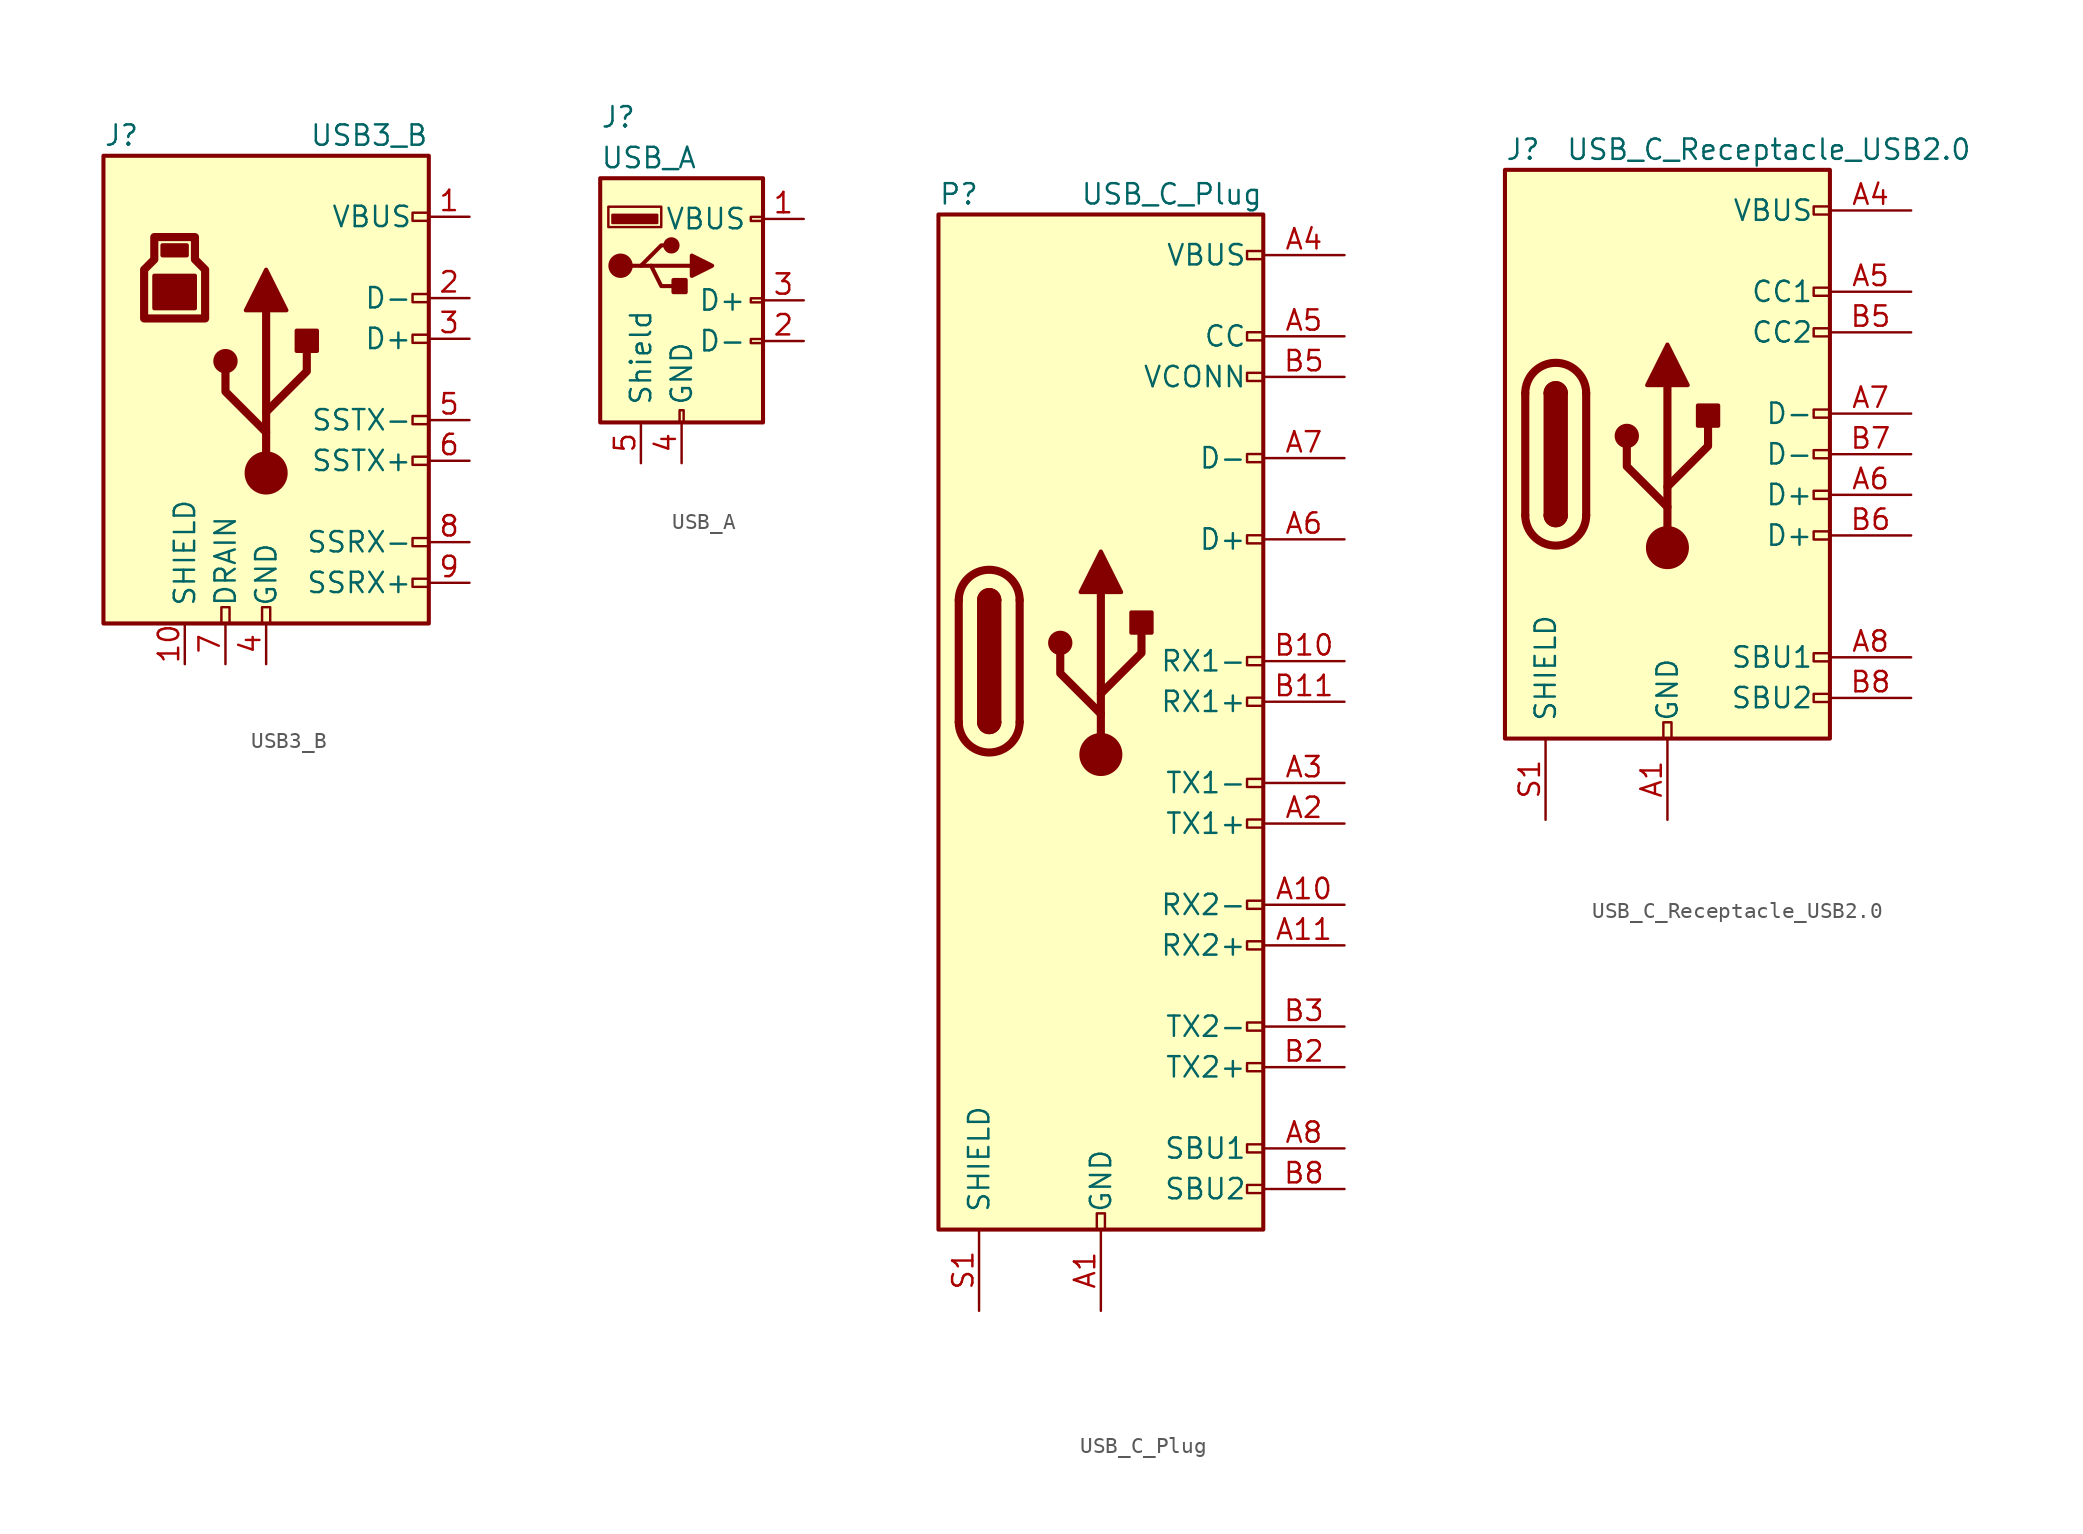
<source format=kicad_sym>
(kicad_symbol_lib
  (version 20201005)
  (generator kicad_symbol_editor)
  (symbol "Connector:USB3_B"
    (pin_names
      (offset 1.016))
    (property "Reference" "J"
      (at -10.16 15.24 0)
      (effects (font (size 1.27 1.27)) (justify left)))
    (property "Value" "USB3_B"
      (at 10.16 15.24 0)
      (effects (font (size 1.27 1.27)) (justify right)))
    (symbol "USB3_B_0_0"
      (rectangle (start -2.794 -15.24) (end -2.286 -14.224) (stroke (width 0)) (fill (type none)))
      (rectangle (start -0.254 -15.24) (end 0.254 -14.224) (stroke (width 0)) (fill (type none)))
      (rectangle (start 10.16 -12.446) (end 9.144 -12.954) (stroke (width 0)) (fill (type none)))
      (rectangle (start 10.16 -9.906) (end 9.144 -10.414) (stroke (width 0)) (fill (type none)))
      (rectangle (start 10.16 -4.826) (end 9.144 -5.334) (stroke (width 0)) (fill (type none)))
      (rectangle (start 10.16 -2.286) (end 9.144 -2.794) (stroke (width 0)) (fill (type none)))
      (rectangle (start 10.16 2.794) (end 9.144 2.286) (stroke (width 0)) (fill (type none)))
      (rectangle (start 10.16 5.334) (end 9.144 4.826) (stroke (width 0)) (fill (type none)))
      (rectangle (start 10.16 10.414) (end 9.144 9.906) (stroke (width 0)) (fill (type none))))
    (symbol "USB3_B_0_1"
      (rectangle (start -6.477 8.382) (end -4.953 7.747) (stroke (width 0.254)) (fill (type outline)))
      (rectangle (start -4.445 4.445) (end -6.985 6.477) (stroke (width 0.254)) (fill (type outline)))
      (rectangle (start -10.16 13.97) (end 10.16 -15.24) (stroke (width 0.254)) (fill (type background)))
      (polyline (pts (xy -6.985 8.89) (xy -6.985 7.493) (xy -7.62 6.858) (xy -7.62 3.81) (xy -3.81 3.81) (xy -3.81 6.858) (xy -4.445 7.493) (xy -4.445 8.89) (xy -6.858 8.89) (xy -6.985 8.89)) (stroke (width 0.508)) (fill (type none))))
    (symbol "USB3_B_1_1"
      (circle (center -2.54 1.143) (radius 0.635) (stroke (width 0.254)) (fill (type outline)))
      (circle (center 0 -5.842) (radius 1.27) (stroke (width 0)) (fill (type outline)))
      (rectangle (start 1.905 1.778) (end 3.175 3.048) (stroke (width 0.254)) (fill (type outline)))
      (polyline (pts (xy 0 -5.842) (xy 0 4.318)) (stroke (width 0.508)) (fill (type none)))
      (polyline (pts (xy 0 -3.302) (xy -2.54 -0.762) (xy -2.54 0.508)) (stroke (width 0.508)) (fill (type none)))
      (polyline (pts (xy 0 -2.032) (xy 2.54 0.508) (xy 2.54 1.778)) (stroke (width 0.508)) (fill (type none)))
      (polyline (pts (xy -1.27 4.318) (xy 0 6.858) (xy 1.27 4.318) (xy -1.27 4.318)) (stroke (width 0.254)) (fill (type outline)))
      (pin power_out line (at 12.7 10.16 180) (length 2.54) (name "VBUS" (effects (font (size 1.27 1.27)))) (number "1" (effects (font (size 1.27 1.27)))))
      (pin passive line (at -5.08 -17.78 90) (length 2.54) (name "SHIELD" (effects (font (size 1.27 1.27)))) (number "10" (effects (font (size 1.27 1.27)))))
      (pin bidirectional line (at 12.7 5.08 180) (length 2.54) (name "D-" (effects (font (size 1.27 1.27)))) (number "2" (effects (font (size 1.27 1.27)))))
      (pin bidirectional line (at 12.7 2.54 180) (length 2.54) (name "D+" (effects (font (size 1.27 1.27)))) (number "3" (effects (font (size 1.27 1.27)))))
      (pin power_out line (at 0 -17.78 90) (length 2.54) (name "GND" (effects (font (size 1.27 1.27)))) (number "4" (effects (font (size 1.27 1.27)))))
      (pin output line (at 12.7 -2.54 180) (length 2.54) (name "SSTX-" (effects (font (size 1.27 1.27)))) (number "5" (effects (font (size 1.27 1.27)))))
      (pin output line (at 12.7 -5.08 180) (length 2.54) (name "SSTX+" (effects (font (size 1.27 1.27)))) (number "6" (effects (font (size 1.27 1.27)))))
      (pin passive line (at -2.54 -17.78 90) (length 2.54) (name "DRAIN" (effects (font (size 1.27 1.27)))) (number "7" (effects (font (size 1.27 1.27)))))
      (pin input line (at 12.7 -10.16 180) (length 2.54) (name "SSRX-" (effects (font (size 1.27 1.27)))) (number "8" (effects (font (size 1.27 1.27)))))
      (pin input line (at 12.7 -12.7 180) (length 2.54) (name "SSRX+" (effects (font (size 1.27 1.27)))) (number "9" (effects (font (size 1.27 1.27)))))))
  (symbol "Connector:USB_A"
    (pin_names
      (offset 1.016))
    (property "Reference" "J"
      (at -5.08 11.43 0)
      (effects (font (size 1.27 1.27)) (justify left)))
    (property "Value" "USB_A"
      (at -5.08 8.89 0)
      (effects (font (size 1.27 1.27)) (justify left)))
    (symbol "USB_A_0_1"
      (circle (center -3.81 2.159) (radius 0.635) (stroke (width 0.254)) (fill (type outline)))
      (circle (center -0.635 3.429) (radius 0.381) (stroke (width 0.254)) (fill (type outline)))
      (rectangle (start -1.27 4.572) (end -4.572 5.842) (stroke (width 0)) (fill (type none)))
      (rectangle (start -0.127 -7.62) (end 0.127 -6.858) (stroke (width 0)) (fill (type none)))
      (rectangle (start 5.08 -2.667) (end 4.318 -2.413) (stroke (width 0)) (fill (type none)))
      (rectangle (start 5.08 -0.127) (end 4.318 0.127) (stroke (width 0)) (fill (type none)))
      (rectangle (start 5.08 4.953) (end 4.318 5.207) (stroke (width 0)) (fill (type none)))
      (rectangle (start -1.524 4.826) (end -4.318 5.334) (stroke (width 0)) (fill (type outline)))
      (rectangle (start 0.254 1.27) (end -0.508 0.508) (stroke (width 0.254)) (fill (type outline)))
      (rectangle (start -5.08 -7.62) (end 5.08 7.62) (stroke (width 0.254)) (fill (type background)))
      (polyline (pts (xy -3.175 2.159) (xy -2.54 2.159) (xy -1.27 3.429) (xy -0.635 3.429)) (stroke (width 0.254)) (fill (type none)))
      (polyline (pts (xy -2.54 2.159) (xy -1.905 2.159) (xy -1.27 0.889) (xy 0 0.889)) (stroke (width 0.254)) (fill (type none)))
      (polyline (pts (xy 0.635 2.794) (xy 0.635 1.524) (xy 1.905 2.159) (xy 0.635 2.794)) (stroke (width 0.254)) (fill (type outline))))
    (symbol "USB_A_1_1"
      (polyline (pts (xy -1.905 2.159) (xy 0.635 2.159)) (stroke (width 0.254)) (fill (type none)))
      (pin power_in line (at 7.62 5.08 180) (length 2.54) (name "VBUS" (effects (font (size 1.27 1.27)))) (number "1" (effects (font (size 1.27 1.27)))))
      (pin bidirectional line (at 7.62 -2.54 180) (length 2.54) (name "D-" (effects (font (size 1.27 1.27)))) (number "2" (effects (font (size 1.27 1.27)))))
      (pin bidirectional line (at 7.62 0 180) (length 2.54) (name "D+" (effects (font (size 1.27 1.27)))) (number "3" (effects (font (size 1.27 1.27)))))
      (pin power_in line (at 0 -10.16 90) (length 2.54) (name "GND" (effects (font (size 1.27 1.27)))) (number "4" (effects (font (size 1.27 1.27)))))
      (pin passive line (at -2.54 -10.16 90) (length 2.54) (name "Shield" (effects (font (size 1.27 1.27)))) (number "5" (effects (font (size 1.27 1.27)))))))
  (symbol "Connector:USB_C_Plug"
    (pin_names
      (offset 1.016))
    (property "Reference" "P"
      (at -10.16 29.21 0)
      (effects (font (size 1.27 1.27)) (justify left)))
    (property "Value" "USB_C_Plug"
      (at 10.16 29.21 0)
      (effects (font (size 1.27 1.27)) (justify right)))
    (symbol "USB_C_Plug_0_0"
      (rectangle (start -0.254 -35.56) (end 0.254 -34.544) (stroke (width 0)) (fill (type none)))
      (rectangle (start 10.16 -32.766) (end 9.144 -33.274) (stroke (width 0)) (fill (type none)))
      (rectangle (start 10.16 -30.226) (end 9.144 -30.734) (stroke (width 0)) (fill (type none)))
      (rectangle (start 10.16 -25.146) (end 9.144 -25.654) (stroke (width 0)) (fill (type none)))
      (rectangle (start 10.16 -22.606) (end 9.144 -23.114) (stroke (width 0)) (fill (type none)))
      (rectangle (start 10.16 -17.526) (end 9.144 -18.034) (stroke (width 0)) (fill (type none)))
      (rectangle (start 10.16 -14.986) (end 9.144 -15.494) (stroke (width 0)) (fill (type none)))
      (rectangle (start 10.16 -9.906) (end 9.144 -10.414) (stroke (width 0)) (fill (type none)))
      (rectangle (start 10.16 -7.366) (end 9.144 -7.874) (stroke (width 0)) (fill (type none)))
      (rectangle (start 10.16 -2.286) (end 9.144 -2.794) (stroke (width 0)) (fill (type none)))
      (rectangle (start 10.16 0.254) (end 9.144 -0.254) (stroke (width 0)) (fill (type none)))
      (rectangle (start 10.16 7.874) (end 9.144 7.366) (stroke (width 0)) (fill (type none)))
      (rectangle (start 10.16 12.954) (end 9.144 12.446) (stroke (width 0)) (fill (type none)))
      (rectangle (start 10.16 18.034) (end 9.144 17.526) (stroke (width 0)) (fill (type none)))
      (rectangle (start 10.16 20.574) (end 9.144 20.066) (stroke (width 0)) (fill (type none)))
      (rectangle (start 10.16 25.654) (end 9.144 25.146) (stroke (width 0)) (fill (type none))))
    (symbol "USB_C_Plug_0_1"
      (arc (start -8.89 -3.81) (end -5.08 -3.81) (radius (at -6.985 -3.81) (length 1.905) (angles -179.9 -0.1)) (stroke (width 0.508)) (fill (type none)))
      (arc (start -7.62 -3.81) (end -6.35 -3.81) (radius (at -6.985 -3.81) (length 0.635) (angles -179.9 -0.1)) (stroke (width 0.254)) (fill (type none)))
      (arc (start -5.08 3.81) (end -8.89 3.81) (radius (at -6.985 3.81) (length 1.905) (angles 0.1 179.9)) (stroke (width 0.508)) (fill (type none)))
      (arc (start -6.35 3.81) (end -7.62 3.81) (radius (at -6.985 3.81) (length 0.635) (angles 0.1 179.9)) (stroke (width 0.254)) (fill (type none)))
      (arc (start -7.62 -3.81) (end -6.35 -3.81) (radius (at -6.985 -3.81) (length 0.635) (angles -179.9 -0.1)) (stroke (width 0.254)) (fill (type outline)))
      (arc (start -6.35 3.81) (end -7.62 3.81) (radius (at -6.985 3.81) (length 0.635) (angles 0.1 179.9)) (stroke (width 0.254)) (fill (type outline)))
      (rectangle (start -7.62 -3.81) (end -6.35 3.81) (stroke (width 0.254)) (fill (type outline)))
      (rectangle (start -10.16 27.94) (end 10.16 -35.56) (stroke (width 0.254)) (fill (type background)))
      (polyline (pts (xy -8.89 -3.81) (xy -8.89 3.81)) (stroke (width 0.508)) (fill (type none)))
      (polyline (pts (xy -5.08 3.81) (xy -5.08 -3.81)) (stroke (width 0.508)) (fill (type none))))
    (symbol "USB_C_Plug_1_1"
      (circle (center -2.54 1.143) (radius 0.635) (stroke (width 0.254)) (fill (type outline)))
      (circle (center 0 -5.842) (radius 1.27) (stroke (width 0)) (fill (type outline)))
      (rectangle (start 1.905 1.778) (end 3.175 3.048) (stroke (width 0.254)) (fill (type outline)))
      (polyline (pts (xy 0 -5.842) (xy 0 4.318)) (stroke (width 0.508)) (fill (type none)))
      (polyline (pts (xy 0 -3.302) (xy -2.54 -0.762) (xy -2.54 0.508)) (stroke (width 0.508)) (fill (type none)))
      (polyline (pts (xy 0 -2.032) (xy 2.54 0.508) (xy 2.54 1.778)) (stroke (width 0.508)) (fill (type none)))
      (polyline (pts (xy -1.27 4.318) (xy 0 6.858) (xy 1.27 4.318) (xy -1.27 4.318)) (stroke (width 0.254)) (fill (type outline)))
      (pin passive line (at 0 -40.64 90) (length 5.08) (name "GND" (effects (font (size 1.27 1.27)))) (number "A1" (effects (font (size 1.27 1.27)))))
      (pin bidirectional line (at 15.24 -15.24 180) (length 5.08) (name "RX2-" (effects (font (size 1.27 1.27)))) (number "A10" (effects (font (size 1.27 1.27)))))
      (pin bidirectional line (at 15.24 -17.78 180) (length 5.08) (name "RX2+" (effects (font (size 1.27 1.27)))) (number "A11" (effects (font (size 1.27 1.27)))))
      (pin passive line (at 0 -40.64 90) (length 5.08) hide (name "GND" (effects (font (size 1.27 1.27)))) (number "A12" (effects (font (size 1.27 1.27)))))
      (pin bidirectional line (at 15.24 -10.16 180) (length 5.08) (name "TX1+" (effects (font (size 1.27 1.27)))) (number "A2" (effects (font (size 1.27 1.27)))))
      (pin bidirectional line (at 15.24 -7.62 180) (length 5.08) (name "TX1-" (effects (font (size 1.27 1.27)))) (number "A3" (effects (font (size 1.27 1.27)))))
      (pin passive line (at 15.24 25.4 180) (length 5.08) (name "VBUS" (effects (font (size 1.27 1.27)))) (number "A4" (effects (font (size 1.27 1.27)))))
      (pin bidirectional line (at 15.24 20.32 180) (length 5.08) (name "CC" (effects (font (size 1.27 1.27)))) (number "A5" (effects (font (size 1.27 1.27)))))
      (pin bidirectional line (at 15.24 7.62 180) (length 5.08) (name "D+" (effects (font (size 1.27 1.27)))) (number "A6" (effects (font (size 1.27 1.27)))))
      (pin bidirectional line (at 15.24 12.7 180) (length 5.08) (name "D-" (effects (font (size 1.27 1.27)))) (number "A7" (effects (font (size 1.27 1.27)))))
      (pin bidirectional line (at 15.24 -30.48 180) (length 5.08) (name "SBU1" (effects (font (size 1.27 1.27)))) (number "A8" (effects (font (size 1.27 1.27)))))
      (pin passive line (at 15.24 25.4 180) (length 5.08) hide (name "VBUS" (effects (font (size 1.27 1.27)))) (number "A9" (effects (font (size 1.27 1.27)))))
      (pin passive line (at 0 -40.64 90) (length 5.08) hide (name "GND" (effects (font (size 1.27 1.27)))) (number "B1" (effects (font (size 1.27 1.27)))))
      (pin bidirectional line (at 15.24 0 180) (length 5.08) (name "RX1-" (effects (font (size 1.27 1.27)))) (number "B10" (effects (font (size 1.27 1.27)))))
      (pin bidirectional line (at 15.24 -2.54 180) (length 5.08) (name "RX1+" (effects (font (size 1.27 1.27)))) (number "B11" (effects (font (size 1.27 1.27)))))
      (pin passive line (at 0 -40.64 90) (length 5.08) hide (name "GND" (effects (font (size 1.27 1.27)))) (number "B12" (effects (font (size 1.27 1.27)))))
      (pin bidirectional line (at 15.24 -25.4 180) (length 5.08) (name "TX2+" (effects (font (size 1.27 1.27)))) (number "B2" (effects (font (size 1.27 1.27)))))
      (pin bidirectional line (at 15.24 -22.86 180) (length 5.08) (name "TX2-" (effects (font (size 1.27 1.27)))) (number "B3" (effects (font (size 1.27 1.27)))))
      (pin passive line (at 15.24 25.4 180) (length 5.08) hide (name "VBUS" (effects (font (size 1.27 1.27)))) (number "B4" (effects (font (size 1.27 1.27)))))
      (pin bidirectional line (at 15.24 17.78 180) (length 5.08) (name "VCONN" (effects (font (size 1.27 1.27)))) (number "B5" (effects (font (size 1.27 1.27)))))
      (pin bidirectional line (at 15.24 -33.02 180) (length 5.08) (name "SBU2" (effects (font (size 1.27 1.27)))) (number "B8" (effects (font (size 1.27 1.27)))))
      (pin passive line (at 15.24 25.4 180) (length 5.08) hide (name "VBUS" (effects (font (size 1.27 1.27)))) (number "B9" (effects (font (size 1.27 1.27)))))
      (pin passive line (at -7.62 -40.64 90) (length 5.08) (name "SHIELD" (effects (font (size 1.27 1.27)))) (number "S1" (effects (font (size 1.27 1.27)))))))
  (symbol "Connector:USB_C_Receptacle_USB2.0"
    (pin_names
      (offset 1.016))
    (property "Reference" "J"
      (at -10.16 19.05 0)
      (effects (font (size 1.27 1.27)) (justify left)))
    (property "Value" "USB_C_Receptacle_USB2.0"
      (at 19.05 19.05 0)
      (effects (font (size 1.27 1.27)) (justify right)))
    (symbol "USB_C_Receptacle_USB2.0_0_0"
      (rectangle (start -0.254 -17.78) (end 0.254 -16.764) (stroke (width 0)) (fill (type none)))
      (rectangle (start 10.16 -14.986) (end 9.144 -15.494) (stroke (width 0)) (fill (type none)))
      (rectangle (start 10.16 -12.446) (end 9.144 -12.954) (stroke (width 0)) (fill (type none)))
      (rectangle (start 10.16 -4.826) (end 9.144 -5.334) (stroke (width 0)) (fill (type none)))
      (rectangle (start 10.16 -2.286) (end 9.144 -2.794) (stroke (width 0)) (fill (type none)))
      (rectangle (start 10.16 0.254) (end 9.144 -0.254) (stroke (width 0)) (fill (type none)))
      (rectangle (start 10.16 2.794) (end 9.144 2.286) (stroke (width 0)) (fill (type none)))
      (rectangle (start 10.16 7.874) (end 9.144 7.366) (stroke (width 0)) (fill (type none)))
      (rectangle (start 10.16 10.414) (end 9.144 9.906) (stroke (width 0)) (fill (type none)))
      (rectangle (start 10.16 15.494) (end 9.144 14.986) (stroke (width 0)) (fill (type none))))
    (symbol "USB_C_Receptacle_USB2.0_0_1"
      (arc (start -8.89 -3.81) (end -5.08 -3.81) (radius (at -6.985 -3.81) (length 1.905) (angles -179.9 -0.1)) (stroke (width 0.508)) (fill (type none)))
      (arc (start -7.62 -3.81) (end -6.35 -3.81) (radius (at -6.985 -3.81) (length 0.635) (angles -179.9 -0.1)) (stroke (width 0.254)) (fill (type none)))
      (arc (start -6.35 3.81) (end -7.62 3.81) (radius (at -6.985 3.81) (length 0.635) (angles 0.1 179.9)) (stroke (width 0.254)) (fill (type none)))
      (arc (start -5.08 3.81) (end -8.89 3.81) (radius (at -6.985 3.81) (length 1.905) (angles 0.1 179.9)) (stroke (width 0.508)) (fill (type none)))
      (arc (start -7.62 -3.81) (end -6.35 -3.81) (radius (at -6.985 -3.81) (length 0.635) (angles -179.9 -0.1)) (stroke (width 0.254)) (fill (type outline)))
      (arc (start -6.35 3.81) (end -7.62 3.81) (radius (at -6.985 3.81) (length 0.635) (angles 0.1 179.9)) (stroke (width 0.254)) (fill (type outline)))
      (circle (center -2.54 1.143) (radius 0.635) (stroke (width 0.254)) (fill (type outline)))
      (circle (center 0 -5.842) (radius 1.27) (stroke (width 0)) (fill (type outline)))
      (rectangle (start -7.62 -3.81) (end -6.35 3.81) (stroke (width 0.254)) (fill (type outline)))
      (rectangle (start 1.905 1.778) (end 3.175 3.048) (stroke (width 0.254)) (fill (type outline)))
      (rectangle (start -10.16 17.78) (end 10.16 -17.78) (stroke (width 0.254)) (fill (type background)))
      (polyline (pts (xy -8.89 -3.81) (xy -8.89 3.81)) (stroke (width 0.508)) (fill (type none)))
      (polyline (pts (xy -5.08 3.81) (xy -5.08 -3.81)) (stroke (width 0.508)) (fill (type none)))
      (polyline (pts (xy 0 -5.842) (xy 0 4.318)) (stroke (width 0.508)) (fill (type none)))
      (polyline (pts (xy 0 -3.302) (xy -2.54 -0.762) (xy -2.54 0.508)) (stroke (width 0.508)) (fill (type none)))
      (polyline (pts (xy 0 -2.032) (xy 2.54 0.508) (xy 2.54 1.778)) (stroke (width 0.508)) (fill (type none)))
      (polyline (pts (xy -1.27 4.318) (xy 0 6.858) (xy 1.27 4.318) (xy -1.27 4.318)) (stroke (width 0.254)) (fill (type outline))))
    (symbol "USB_C_Receptacle_USB2.0_1_1"
      (pin passive line (at 0 -22.86 90) (length 5.08) (name "GND" (effects (font (size 1.27 1.27)))) (number "A1" (effects (font (size 1.27 1.27)))))
      (pin passive line (at 0 -22.86 90) (length 5.08) hide (name "GND" (effects (font (size 1.27 1.27)))) (number "A12" (effects (font (size 1.27 1.27)))))
      (pin passive line (at 15.24 15.24 180) (length 5.08) (name "VBUS" (effects (font (size 1.27 1.27)))) (number "A4" (effects (font (size 1.27 1.27)))))
      (pin bidirectional line (at 15.24 10.16 180) (length 5.08) (name "CC1" (effects (font (size 1.27 1.27)))) (number "A5" (effects (font (size 1.27 1.27)))))
      (pin bidirectional line (at 15.24 -2.54 180) (length 5.08) (name "D+" (effects (font (size 1.27 1.27)))) (number "A6" (effects (font (size 1.27 1.27)))))
      (pin bidirectional line (at 15.24 2.54 180) (length 5.08) (name "D-" (effects (font (size 1.27 1.27)))) (number "A7" (effects (font (size 1.27 1.27)))))
      (pin bidirectional line (at 15.24 -12.7 180) (length 5.08) (name "SBU1" (effects (font (size 1.27 1.27)))) (number "A8" (effects (font (size 1.27 1.27)))))
      (pin passive line (at 15.24 15.24 180) (length 5.08) hide (name "VBUS" (effects (font (size 1.27 1.27)))) (number "A9" (effects (font (size 1.27 1.27)))))
      (pin passive line (at 0 -22.86 90) (length 5.08) hide (name "GND" (effects (font (size 1.27 1.27)))) (number "B1" (effects (font (size 1.27 1.27)))))
      (pin passive line (at 0 -22.86 90) (length 5.08) hide (name "GND" (effects (font (size 1.27 1.27)))) (number "B12" (effects (font (size 1.27 1.27)))))
      (pin passive line (at 15.24 15.24 180) (length 5.08) hide (name "VBUS" (effects (font (size 1.27 1.27)))) (number "B4" (effects (font (size 1.27 1.27)))))
      (pin bidirectional line (at 15.24 7.62 180) (length 5.08) (name "CC2" (effects (font (size 1.27 1.27)))) (number "B5" (effects (font (size 1.27 1.27)))))
      (pin bidirectional line (at 15.24 -5.08 180) (length 5.08) (name "D+" (effects (font (size 1.27 1.27)))) (number "B6" (effects (font (size 1.27 1.27)))))
      (pin bidirectional line (at 15.24 0 180) (length 5.08) (name "D-" (effects (font (size 1.27 1.27)))) (number "B7" (effects (font (size 1.27 1.27)))))
      (pin bidirectional line (at 15.24 -15.24 180) (length 5.08) (name "SBU2" (effects (font (size 1.27 1.27)))) (number "B8" (effects (font (size 1.27 1.27)))))
      (pin passive line (at 15.24 15.24 180) (length 5.08) hide (name "VBUS" (effects (font (size 1.27 1.27)))) (number "B9" (effects (font (size 1.27 1.27)))))
      (pin passive line (at -7.62 -22.86 90) (length 5.08) (name "SHIELD" (effects (font (size 1.27 1.27)))) (number "S1" (effects (font (size 1.27 1.27))))))))
</source>
